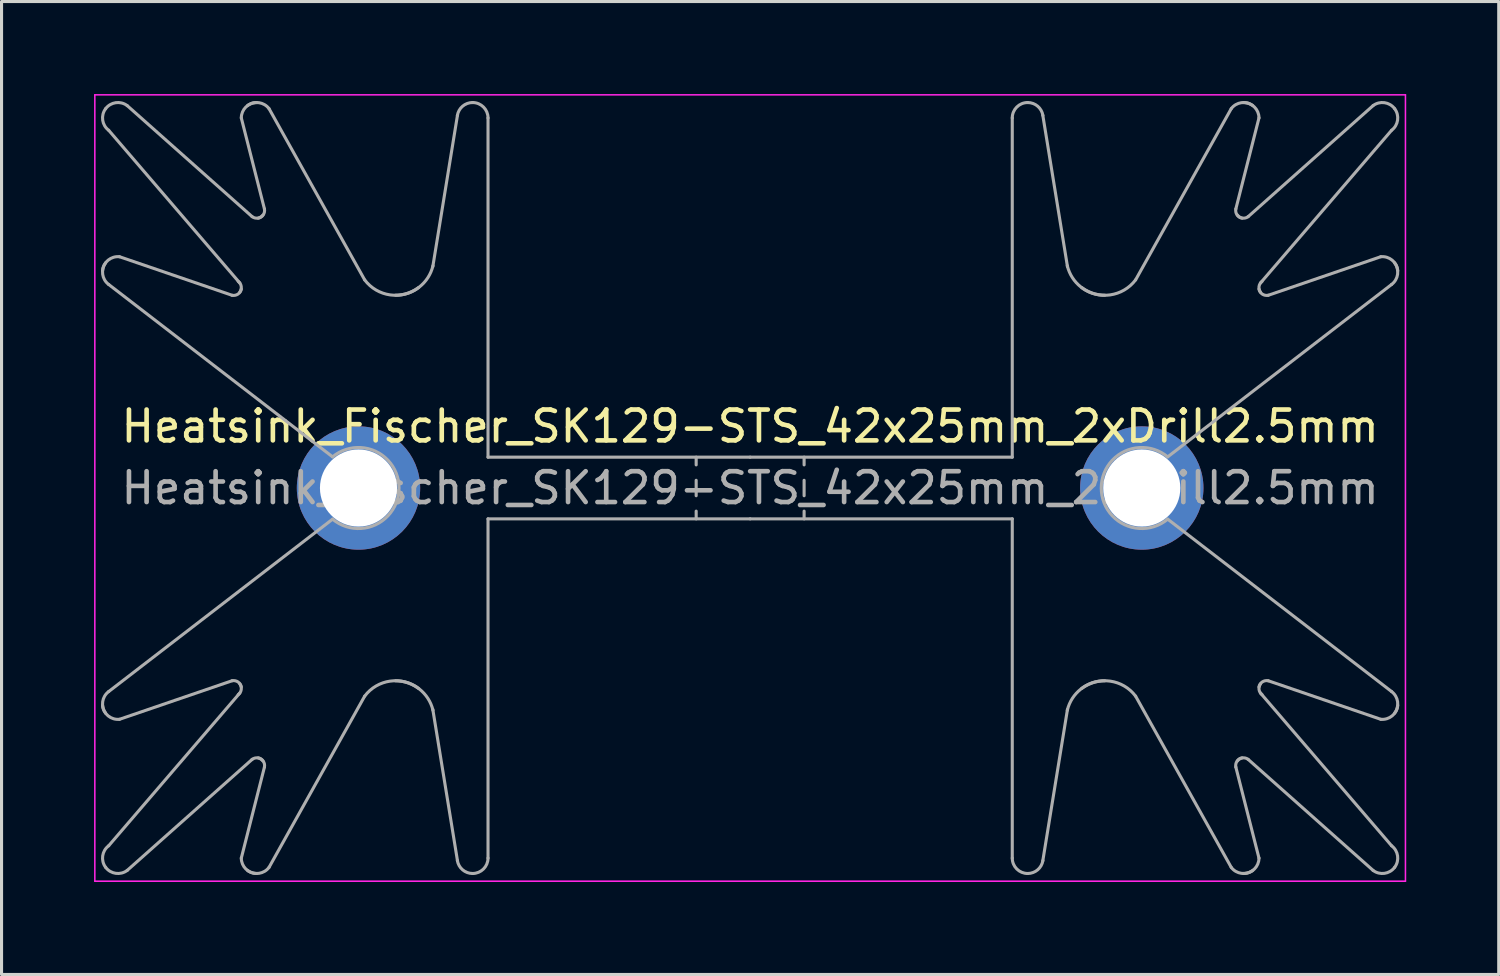
<source format=kicad_pcb>
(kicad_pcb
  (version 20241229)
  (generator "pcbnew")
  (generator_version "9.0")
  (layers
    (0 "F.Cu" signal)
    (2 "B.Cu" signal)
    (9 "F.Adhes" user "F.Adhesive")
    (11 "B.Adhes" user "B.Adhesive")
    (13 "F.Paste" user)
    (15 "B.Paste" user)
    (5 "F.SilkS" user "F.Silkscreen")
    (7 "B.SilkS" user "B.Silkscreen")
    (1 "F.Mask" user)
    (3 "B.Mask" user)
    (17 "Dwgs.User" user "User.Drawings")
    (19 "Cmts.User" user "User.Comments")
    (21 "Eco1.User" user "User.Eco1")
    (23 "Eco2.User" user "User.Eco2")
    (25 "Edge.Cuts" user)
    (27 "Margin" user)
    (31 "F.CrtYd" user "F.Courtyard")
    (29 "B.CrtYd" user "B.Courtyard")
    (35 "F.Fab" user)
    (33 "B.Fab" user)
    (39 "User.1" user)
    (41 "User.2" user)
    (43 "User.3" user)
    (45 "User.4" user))
  (footprint "Heatsink_Fischer_SK129-STS_42x25mm_2xDrill2.5mm"
    (layer "F.Cu")
    (at 21.275 12.775)
    (property "Reference" "Heatsink_Fischer_SK129-STS_42x25mm_2xDrill2.5mm" (at 0 -2 0) (layer "F.SilkS") (effects (font (size 1 1) (thickness 0.15))))
    (attr through_hole)
    (fp_line (start -21.25 -12.75) (end -21.25 12.75) (stroke (width 0.05) (type solid)) (layer "F.CrtYd"))
    (fp_line (start -21.25 -12.75) (end 21.25 -12.75) (stroke (width 0.05) (type solid)) (layer "F.CrtYd"))
    (fp_line (start 21.25 12.75) (end -21.25 12.75) (stroke (width 0.05) (type solid)) (layer "F.CrtYd"))
    (fp_line (start 21.25 12.75) (end 21.25 -12.75) (stroke (width 0.05) (type solid)) (layer "F.CrtYd"))
    (fp_line (start -20.8 -6.6) (end -13.54 -1.01) (stroke (width 0.1) (type solid)) (layer "F.Fab"))
    (fp_line (start -20.8 6.6) (end -13.54 1.01) (stroke (width 0.1) (type solid)) (layer "F.Fab"))
    (fp_line (start -16.8 -6.25) (end -20.45 -7.5) (stroke (width 0.1) (type solid)) (layer "F.Fab"))
    (fp_line (start -16.8 6.25) (end -20.45 7.5) (stroke (width 0.1) (type solid)) (layer "F.Fab"))
    (fp_line (start -16.55 -6.65) (end -20.8 -11.6) (stroke (width 0.1) (type solid)) (layer "F.Fab"))
    (fp_line (start -16.55 6.65) (end -20.8 11.6) (stroke (width 0.1) (type solid)) (layer "F.Fab"))
    (fp_line (start -16.5 -12) (end -15.75 -9.05) (stroke (width 0.1) (type solid)) (layer "F.Fab"))
    (fp_line (start -16.5 12) (end -15.75 9.05) (stroke (width 0.1) (type solid)) (layer "F.Fab"))
    (fp_line (start -16.15 -8.8) (end -20.2 -12.4) (stroke (width 0.1) (type solid)) (layer "F.Fab"))
    (fp_line (start -16.15 8.8) (end -20.2 12.4) (stroke (width 0.1) (type solid)) (layer "F.Fab"))
    (fp_line (start -12.5 -6.75) (end -15.6 -12.3) (stroke (width 0.1) (type solid)) (layer "F.Fab"))
    (fp_line (start -12.5 6.75) (end -15.6 12.3) (stroke (width 0.1) (type solid)) (layer "F.Fab"))
    (fp_line (start -9.49 -12.09) (end -10.29 -7.18) (stroke (width 0.1) (type solid)) (layer "F.Fab"))
    (fp_line (start -9.49 12.09) (end -10.29 7.18) (stroke (width 0.1) (type solid)) (layer "F.Fab"))
    (fp_line (start -8.5 -12) (end -8.5 -1) (stroke (width 0.1) (type solid)) (layer "F.Fab"))
    (fp_line (start -8.5 12) (end -8.5 1) (stroke (width 0.1) (type solid)) (layer "F.Fab"))
    (fp_line (start -1.75 -1) (end -1.75 -0.75) (stroke (width 0.1) (type solid)) (layer "F.Fab"))
    (fp_line (start -1.75 -0.25) (end -1.75 0.25) (stroke (width 0.1) (type solid)) (layer "F.Fab"))
    (fp_line (start -1.75 1) (end -1.75 0.75) (stroke (width 0.1) (type solid)) (layer "F.Fab"))
    (fp_line (start 0 -1) (end -8.5 -1) (stroke (width 0.1) (type solid)) (layer "F.Fab"))
    (fp_line (start 0 -1) (end 8.5 -1) (stroke (width 0.1) (type solid)) (layer "F.Fab"))
    (fp_line (start 0 1) (end -8.5 1) (stroke (width 0.1) (type solid)) (layer "F.Fab"))
    (fp_line (start 0 1) (end 8.5 1) (stroke (width 0.1) (type solid)) (layer "F.Fab"))
    (fp_line (start 1.75 -1) (end 1.75 -0.75) (stroke (width 0.1) (type solid)) (layer "F.Fab"))
    (fp_line (start 1.75 -0.25) (end 1.75 0.25) (stroke (width 0.1) (type solid)) (layer "F.Fab"))
    (fp_line (start 1.75 0.75) (end 1.75 1) (stroke (width 0.1) (type solid)) (layer "F.Fab"))
    (fp_line (start 8.5 -12) (end 8.5 -1) (stroke (width 0.1) (type solid)) (layer "F.Fab"))
    (fp_line (start 8.5 12) (end 8.5 1) (stroke (width 0.1) (type solid)) (layer "F.Fab"))
    (fp_line (start 9.49 -12.09) (end 10.29 -7.18) (stroke (width 0.1) (type solid)) (layer "F.Fab"))
    (fp_line (start 9.49 12.09) (end 10.29 7.18) (stroke (width 0.1) (type solid)) (layer "F.Fab"))
    (fp_line (start 12.5 -6.75) (end 15.6 -12.3) (stroke (width 0.1) (type solid)) (layer "F.Fab"))
    (fp_line (start 12.5 6.75) (end 15.6 12.3) (stroke (width 0.1) (type solid)) (layer "F.Fab"))
    (fp_line (start 16.15 -8.8) (end 20.2 -12.4) (stroke (width 0.1) (type solid)) (layer "F.Fab"))
    (fp_line (start 16.15 8.8) (end 20.2 12.4) (stroke (width 0.1) (type solid)) (layer "F.Fab"))
    (fp_line (start 16.5 -12) (end 15.75 -9.05) (stroke (width 0.1) (type solid)) (layer "F.Fab"))
    (fp_line (start 16.5 12) (end 15.75 9.05) (stroke (width 0.1) (type solid)) (layer "F.Fab"))
    (fp_line (start 16.55 -6.65) (end 20.8 -11.6) (stroke (width 0.1) (type solid)) (layer "F.Fab"))
    (fp_line (start 16.55 6.65) (end 20.8 11.6) (stroke (width 0.1) (type solid)) (layer "F.Fab"))
    (fp_line (start 16.8 -6.25) (end 20.45 -7.5) (stroke (width 0.1) (type solid)) (layer "F.Fab"))
    (fp_line (start 16.8 6.25) (end 20.45 7.5) (stroke (width 0.1) (type solid)) (layer "F.Fab"))
    (fp_line (start 20.8 -6.6) (end 13.54 -1.01) (stroke (width 0.1) (type solid)) (layer "F.Fab"))
    (fp_line (start 20.8 6.6) (end 13.54 1.01) (stroke (width 0.1) (type solid)) (layer "F.Fab"))
    (fp_arc (start -21 -7.05) (mid -20.818198 -7.388909) (end -20.45 -7.5) (stroke (width 0.1) (type solid)) (layer "F.Fab"))
    (fp_arc (start -20.9 -12.3) (mid -20.570711 -12.494975) (end -20.2 -12.4) (stroke (width 0.1) (type solid)) (layer "F.Fab"))
    (fp_arc (start -20.9 7.3) (mid -20.994975 6.929289) (end -20.8 6.6) (stroke (width 0.1) (type solid)) (layer "F.Fab"))
    (fp_arc (start -20.9 12.3) (mid -20.994975 11.929289) (end -20.8 11.6) (stroke (width 0.1) (type solid)) (layer "F.Fab"))
    (fp_arc (start -20.8 -11.6) (mid -20.994975 -11.929289) (end -20.9 -12.3) (stroke (width 0.1) (type solid)) (layer "F.Fab"))
    (fp_arc (start -20.8 -6.6) (mid -20.994975 -6.929289) (end -20.9 -7.3) (stroke (width 0.1) (type solid)) (layer "F.Fab"))
    (fp_arc (start -20.45 7.5) (mid -20.818198 7.388909) (end -21 7.05) (stroke (width 0.1) (type solid)) (layer "F.Fab"))
    (fp_arc (start -20.2 12.4) (mid -20.570711 12.494975) (end -20.9 12.3) (stroke (width 0.1) (type solid)) (layer "F.Fab"))
    (fp_arc (start -16.8 6.25) (mid -16.608579 6.287868) (end -16.5 6.45) (stroke (width 0.1) (type solid)) (layer "F.Fab"))
    (fp_arc (start -16.6 -6.7) (mid -16.502513 -6.535355) (end -16.55 -6.35) (stroke (width 0.1) (type solid)) (layer "F.Fab"))
    (fp_arc (start -16.55 6.35) (mid -16.502513 6.535355) (end -16.6 6.7) (stroke (width 0.1) (type solid)) (layer "F.Fab"))
    (fp_arc (start -16.5 -12) (mid -16.353553 -12.353553) (end -16 -12.5) (stroke (width 0.1) (type solid)) (layer "F.Fab"))
    (fp_arc (start -16.5 -6.45) (mid -16.608579 -6.287868) (end -16.8 -6.25) (stroke (width 0.1) (type solid)) (layer "F.Fab"))
    (fp_arc (start -16.3 -12.4) (mid -15.929289 -12.494975) (end -15.6 -12.3) (stroke (width 0.1) (type solid)) (layer "F.Fab"))
    (fp_arc (start -16.15 8.8) (mid -15.964645 8.752513) (end -15.8 8.85) (stroke (width 0.1) (type solid)) (layer "F.Fab"))
    (fp_arc (start -16 12.5) (mid -16.353553 12.353553) (end -16.5 12) (stroke (width 0.1) (type solid)) (layer "F.Fab"))
    (fp_arc (start -15.95 8.75) (mid -15.787868 8.858579) (end -15.75 9.05) (stroke (width 0.1) (type solid)) (layer "F.Fab"))
    (fp_arc (start -15.8 -8.85) (mid -15.964645 -8.752513) (end -16.15 -8.8) (stroke (width 0.1) (type solid)) (layer "F.Fab"))
    (fp_arc (start -15.75 -9.05) (mid -15.787868 -8.858579) (end -15.95 -8.75) (stroke (width 0.1) (type solid)) (layer "F.Fab"))
    (fp_arc (start -15.6 12.3) (mid -15.929289 12.494975) (end -16.3 12.4) (stroke (width 0.1) (type solid)) (layer "F.Fab"))
    (fp_arc (start -13.54 -1.01) (mid -11.386341 0.000006) (end -13.54001 1.009992) (stroke (width 0.1) (type solid)) (layer "F.Fab"))
    (fp_arc (start -12.5 6.75) (mid -11.676777 6.262563) (end -10.75 6.5) (stroke (width 0.1) (type solid)) (layer "F.Fab"))
    (fp_arc (start -11.5 6.25) (mid -10.725943 6.518504) (end -10.284425 7.208664) (stroke (width 0.1) (type solid)) (layer "F.Fab"))
    (fp_arc (start -10.75 -6.5) (mid -11.676777 -6.262563) (end -12.5 -6.75) (stroke (width 0.1) (type solid)) (layer "F.Fab"))
    (fp_arc (start -10.284538 -7.208193) (mid -10.726133 -6.518354) (end -11.5 -6.25) (stroke (width 0.1) (type solid)) (layer "F.Fab"))
    (fp_arc (start -9.493428 -12.080802) (mid -9.323728 -12.381052) (end -9 -12.5) (stroke (width 0.1) (type solid)) (layer "F.Fab"))
    (fp_arc (start -9 -12.5) (mid -8.646447 -12.353553) (end -8.5 -12) (stroke (width 0.1) (type solid)) (layer "F.Fab"))
    (fp_arc (start -9 12.5) (mid -9.323819 12.380974) (end -9.493467 12.080565) (stroke (width 0.1) (type solid)) (layer "F.Fab"))
    (fp_arc (start -8.5 12) (mid -8.646447 12.353553) (end -9 12.5) (stroke (width 0.1) (type solid)) (layer "F.Fab"))
    (fp_arc (start 8.5 -12) (mid 8.646447 -12.353553) (end 9 -12.5) (stroke (width 0.1) (type solid)) (layer "F.Fab"))
    (fp_arc (start 9 -12.5) (mid 9.323819 -12.380974) (end 9.493467 -12.080565) (stroke (width 0.1) (type solid)) (layer "F.Fab"))
    (fp_arc (start 9 12.5) (mid 8.646447 12.353553) (end 8.5 12) (stroke (width 0.1) (type solid)) (layer "F.Fab"))
    (fp_arc (start 9.493428 12.080802) (mid 9.323728 12.381052) (end 9 12.5) (stroke (width 0.1) (type solid)) (layer "F.Fab"))
    (fp_arc (start 10.284538 7.208193) (mid 10.726133 6.518354) (end 11.5 6.25) (stroke (width 0.1) (type solid)) (layer "F.Fab"))
    (fp_arc (start 10.75 6.5) (mid 11.676777 6.262563) (end 12.5 6.75) (stroke (width 0.1) (type solid)) (layer "F.Fab"))
    (fp_arc (start 11.5 -6.25) (mid 10.725943 -6.518504) (end 10.284425 -7.208664) (stroke (width 0.1) (type solid)) (layer "F.Fab"))
    (fp_arc (start 12.5 -6.75) (mid 11.676777 -6.262563) (end 10.75 -6.5) (stroke (width 0.1) (type solid)) (layer "F.Fab"))
    (fp_arc (start 13.54 1.01) (mid 11.386341 -0.000006) (end 13.54001 -1.009992) (stroke (width 0.1) (type solid)) (layer "F.Fab"))
    (fp_arc (start 15.6 -12.3) (mid 15.929289 -12.494975) (end 16.3 -12.4) (stroke (width 0.1) (type solid)) (layer "F.Fab"))
    (fp_arc (start 15.75 9.05) (mid 15.787868 8.858579) (end 15.95 8.75) (stroke (width 0.1) (type solid)) (layer "F.Fab"))
    (fp_arc (start 15.8 8.85) (mid 15.964645 8.752513) (end 16.15 8.8) (stroke (width 0.1) (type solid)) (layer "F.Fab"))
    (fp_arc (start 15.95 -8.75) (mid 15.787868 -8.858579) (end 15.75 -9.05) (stroke (width 0.1) (type solid)) (layer "F.Fab"))
    (fp_arc (start 16 -12.5) (mid 16.353553 -12.353553) (end 16.5 -12) (stroke (width 0.1) (type solid)) (layer "F.Fab"))
    (fp_arc (start 16.15 -8.8) (mid 15.964645 -8.752513) (end 15.8 -8.85) (stroke (width 0.1) (type solid)) (layer "F.Fab"))
    (fp_arc (start 16.3 12.4) (mid 15.929289 12.494975) (end 15.6 12.3) (stroke (width 0.1) (type solid)) (layer "F.Fab"))
    (fp_arc (start 16.5 6.45) (mid 16.608579 6.287868) (end 16.8 6.25) (stroke (width 0.1) (type solid)) (layer "F.Fab"))
    (fp_arc (start 16.5 12) (mid 16.353553 12.353553) (end 16 12.5) (stroke (width 0.1) (type solid)) (layer "F.Fab"))
    (fp_arc (start 16.55 -6.35) (mid 16.502513 -6.535355) (end 16.6 -6.7) (stroke (width 0.1) (type solid)) (layer "F.Fab"))
    (fp_arc (start 16.6 6.7) (mid 16.502513 6.535355) (end 16.55 6.35) (stroke (width 0.1) (type solid)) (layer "F.Fab"))
    (fp_arc (start 16.8 -6.25) (mid 16.608579 -6.287868) (end 16.5 -6.45) (stroke (width 0.1) (type solid)) (layer "F.Fab"))
    (fp_arc (start 20.2 -12.4) (mid 20.570711 -12.494975) (end 20.9 -12.3) (stroke (width 0.1) (type solid)) (layer "F.Fab"))
    (fp_arc (start 20.45 -7.5) (mid 20.818198 -7.388909) (end 21 -7.05) (stroke (width 0.1) (type solid)) (layer "F.Fab"))
    (fp_arc (start 20.8 6.6) (mid 20.994975 6.929289) (end 20.9 7.3) (stroke (width 0.1) (type solid)) (layer "F.Fab"))
    (fp_arc (start 20.8 11.6) (mid 20.994975 11.929289) (end 20.9 12.3) (stroke (width 0.1) (type solid)) (layer "F.Fab"))
    (fp_arc (start 20.9 -12.3) (mid 20.994975 -11.929289) (end 20.8 -11.6) (stroke (width 0.1) (type solid)) (layer "F.Fab"))
    (fp_arc (start 20.9 -7.3) (mid 20.994975 -6.929289) (end 20.8 -6.6) (stroke (width 0.1) (type solid)) (layer "F.Fab"))
    (fp_arc (start 20.9 12.3) (mid 20.570711 12.494975) (end 20.2 12.4) (stroke (width 0.1) (type solid)) (layer "F.Fab"))
    (fp_arc (start 21 7.05) (mid 20.818198 7.388909) (end 20.45 7.5) (stroke (width 0.1) (type solid)) (layer "F.Fab"))
    (fp_text user "${REFERENCE}" (at 0 0 0) (layer "F.Fab") (effects (font (size 1 1) (thickness 0.15))))
    (pad "1" thru_hole circle (at -12.7 0 180) (size 4 4) (drill 2.5) (layers "*.Cu" "*.Mask"))
    (pad "1" thru_hole circle (at 12.7 0) (size 4 4) (drill 2.5) (layers "*.Cu" "*.Mask")))
  (gr_rect
    (start -3 -3)
    (end 45.55 28.55)
    (stroke (width 0.1) (type default))
    (fill no)
    (layer "Edge.Cuts")))
</source>
